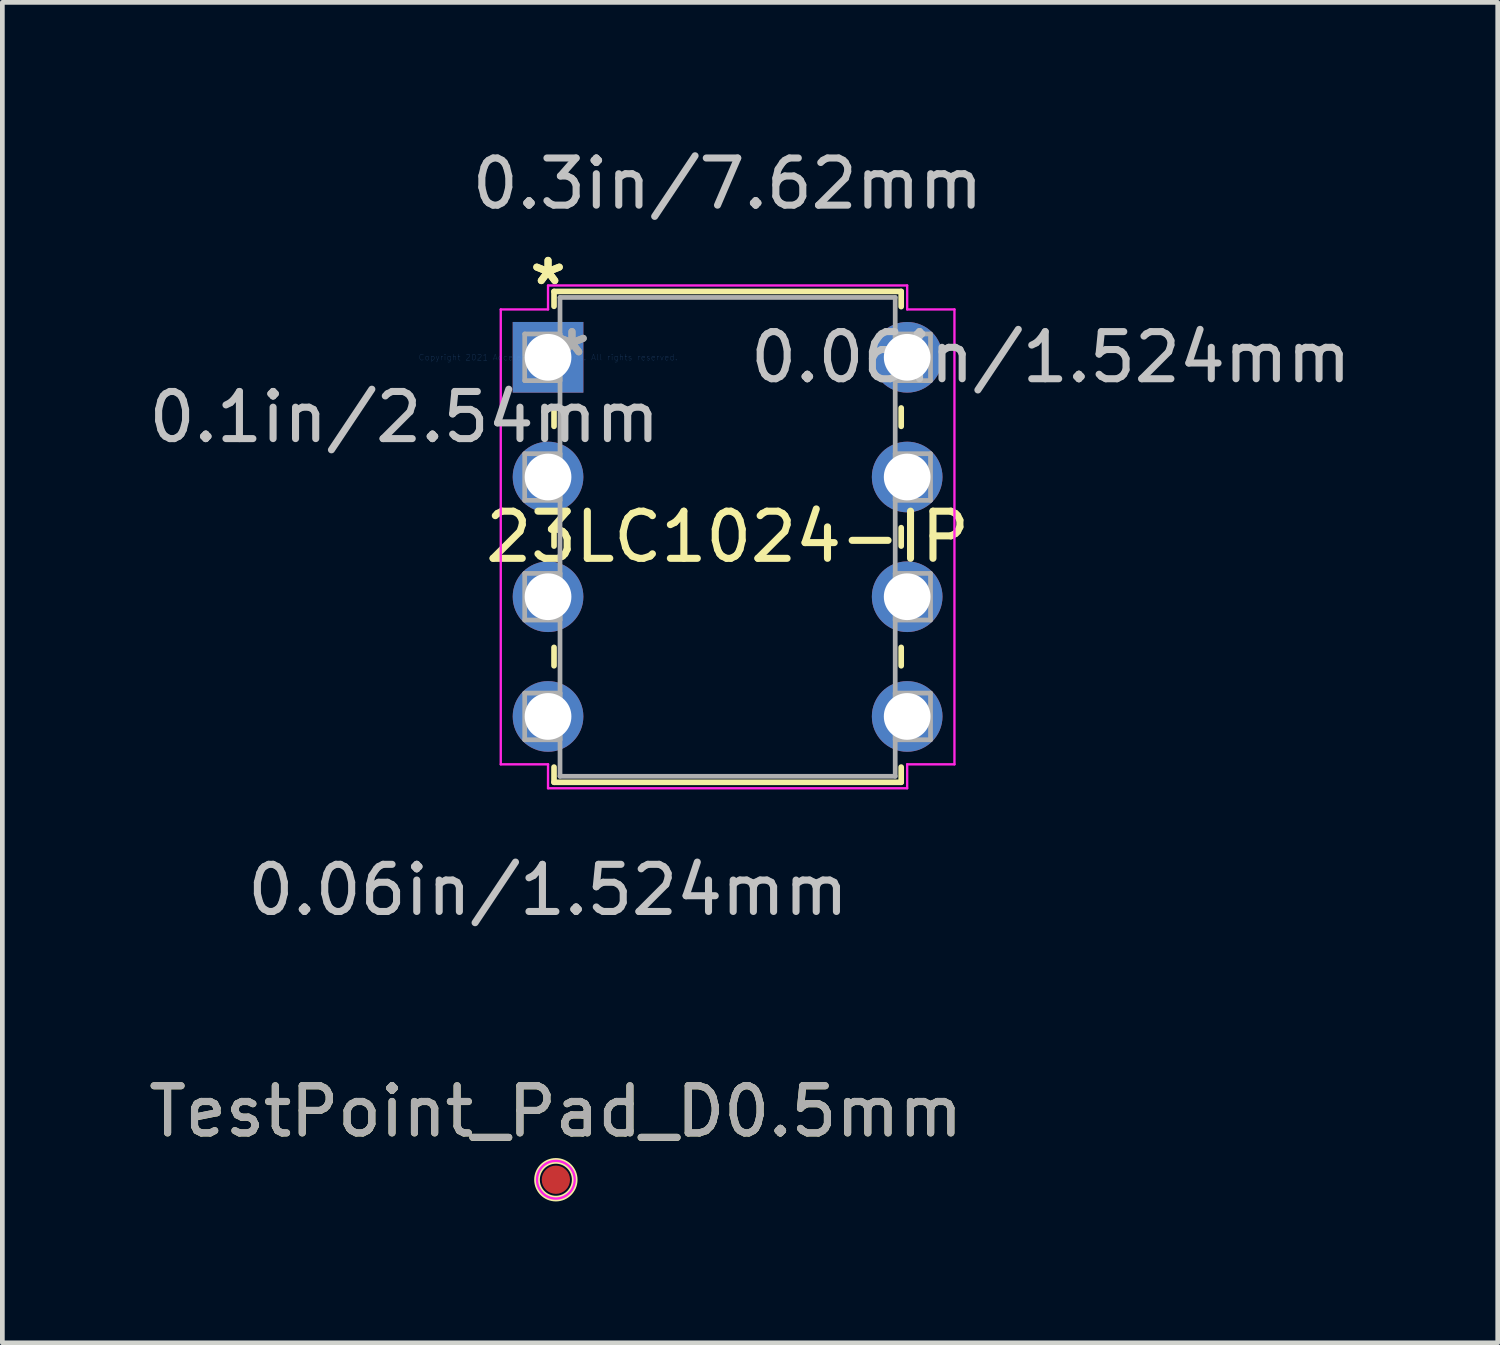
<source format=kicad_pcb>
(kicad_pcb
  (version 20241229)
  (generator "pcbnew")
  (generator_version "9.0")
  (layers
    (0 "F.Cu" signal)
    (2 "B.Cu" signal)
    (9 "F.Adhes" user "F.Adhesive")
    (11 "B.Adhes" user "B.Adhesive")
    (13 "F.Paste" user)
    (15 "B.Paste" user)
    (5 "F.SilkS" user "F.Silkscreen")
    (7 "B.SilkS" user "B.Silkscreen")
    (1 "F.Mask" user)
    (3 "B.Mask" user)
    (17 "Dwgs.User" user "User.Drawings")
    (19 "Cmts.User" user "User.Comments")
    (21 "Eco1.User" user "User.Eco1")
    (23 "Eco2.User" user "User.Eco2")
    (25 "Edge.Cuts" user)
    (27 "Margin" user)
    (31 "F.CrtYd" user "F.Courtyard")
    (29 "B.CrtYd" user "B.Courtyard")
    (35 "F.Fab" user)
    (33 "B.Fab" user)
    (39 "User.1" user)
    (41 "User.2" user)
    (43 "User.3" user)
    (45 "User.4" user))
  (footprint "23LC1024-IP"
    (layer "F.Cu")
    (at 8.578 4.531)
    (property "Reference" "23LC1024-IP" (at 3.81 3.81 0) (layer "F.SilkS") (effects (font (size 1 1) (thickness 0.15))))
    (attr through_hole)
    (fp_line (start 0.127 -1.397) (end 0.127 -1.082) (stroke (width 0.12) (type solid)) (layer "F.SilkS"))
    (fp_line (start 0.127 1.082) (end 0.127 1.465) (stroke (width 0.12) (type solid)) (layer "F.SilkS"))
    (fp_line (start 0.127 3.615) (end 0.127 4.005) (stroke (width 0.12) (type solid)) (layer "F.SilkS"))
    (fp_line (start 0.127 6.155) (end 0.127 6.545) (stroke (width 0.12) (type solid)) (layer "F.SilkS"))
    (fp_line (start 0.127 8.695) (end 0.127 9.017) (stroke (width 0.12) (type solid)) (layer "F.SilkS"))
    (fp_line (start 0.127 9.017) (end 7.493 9.017) (stroke (width 0.12) (type solid)) (layer "F.SilkS"))
    (fp_line (start 7.493 -1.397) (end 0.127 -1.397) (stroke (width 0.12) (type solid)) (layer "F.SilkS"))
    (fp_line (start 7.493 -1.075) (end 7.493 -1.397) (stroke (width 0.12) (type solid)) (layer "F.SilkS"))
    (fp_line (start 7.493 1.465) (end 7.493 1.075) (stroke (width 0.12) (type solid)) (layer "F.SilkS"))
    (fp_line (start 7.493 4.005) (end 7.493 3.615) (stroke (width 0.12) (type solid)) (layer "F.SilkS"))
    (fp_line (start 7.493 6.545) (end 7.493 6.155) (stroke (width 0.12) (type solid)) (layer "F.SilkS"))
    (fp_line (start 7.493 9.017) (end 7.493 8.695) (stroke (width 0.12) (type solid)) (layer "F.SilkS"))
    (fp_line (start -1.003 -1.016) (end -1.003 8.636) (stroke (width 0.05) (type solid)) (layer "F.CrtYd"))
    (fp_line (start -1.003 8.636) (end 0 8.636) (stroke (width 0.05) (type solid)) (layer "F.CrtYd"))
    (fp_line (start 0 -1.524) (end 0 -1.016) (stroke (width 0.05) (type solid)) (layer "F.CrtYd"))
    (fp_line (start 0 -1.016) (end -1.003 -1.016) (stroke (width 0.05) (type solid)) (layer "F.CrtYd"))
    (fp_line (start 0 8.636) (end 0 9.144) (stroke (width 0.05) (type solid)) (layer "F.CrtYd"))
    (fp_line (start 0 9.144) (end 7.62 9.144) (stroke (width 0.05) (type solid)) (layer "F.CrtYd"))
    (fp_line (start 7.62 -1.524) (end 0 -1.524) (stroke (width 0.05) (type solid)) (layer "F.CrtYd"))
    (fp_line (start 7.62 -1.016) (end 7.62 -1.524) (stroke (width 0.05) (type solid)) (layer "F.CrtYd"))
    (fp_line (start 7.62 8.636) (end 8.623 8.636) (stroke (width 0.05) (type solid)) (layer "F.CrtYd"))
    (fp_line (start 7.62 9.144) (end 7.62 8.636) (stroke (width 0.05) (type solid)) (layer "F.CrtYd"))
    (fp_line (start 8.623 -1.016) (end 7.62 -1.016) (stroke (width 0.05) (type solid)) (layer "F.CrtYd"))
    (fp_line (start 8.623 8.636) (end 8.623 -1.016) (stroke (width 0.05) (type solid)) (layer "F.CrtYd"))
    (fp_line (start -0.495 -0.495) (end -0.495 0.495) (stroke (width 0.1) (type solid)) (layer "F.Fab"))
    (fp_line (start -0.495 0.495) (end 0.254 0.495) (stroke (width 0.1) (type solid)) (layer "F.Fab"))
    (fp_line (start -0.495 2.045) (end -0.495 3.035) (stroke (width 0.1) (type solid)) (layer "F.Fab"))
    (fp_line (start -0.495 3.035) (end 0.254 3.035) (stroke (width 0.1) (type solid)) (layer "F.Fab"))
    (fp_line (start -0.495 4.585) (end -0.495 5.575) (stroke (width 0.1) (type solid)) (layer "F.Fab"))
    (fp_line (start -0.495 5.575) (end 0.254 5.575) (stroke (width 0.1) (type solid)) (layer "F.Fab"))
    (fp_line (start -0.495 7.125) (end -0.495 8.115) (stroke (width 0.1) (type solid)) (layer "F.Fab"))
    (fp_line (start -0.495 8.115) (end 0.254 8.115) (stroke (width 0.1) (type solid)) (layer "F.Fab"))
    (fp_line (start 0.254 -1.27) (end 0.254 8.89) (stroke (width 0.1) (type solid)) (layer "F.Fab"))
    (fp_line (start 0.254 -0.495) (end -0.495 -0.495) (stroke (width 0.1) (type solid)) (layer "F.Fab"))
    (fp_line (start 0.254 0.495) (end 0.254 -0.495) (stroke (width 0.1) (type solid)) (layer "F.Fab"))
    (fp_line (start 0.254 2.045) (end -0.495 2.045) (stroke (width 0.1) (type solid)) (layer "F.Fab"))
    (fp_line (start 0.254 3.035) (end 0.254 2.045) (stroke (width 0.1) (type solid)) (layer "F.Fab"))
    (fp_line (start 0.254 4.585) (end -0.495 4.585) (stroke (width 0.1) (type solid)) (layer "F.Fab"))
    (fp_line (start 0.254 5.575) (end 0.254 4.585) (stroke (width 0.1) (type solid)) (layer "F.Fab"))
    (fp_line (start 0.254 7.125) (end -0.495 7.125) (stroke (width 0.1) (type solid)) (layer "F.Fab"))
    (fp_line (start 0.254 8.115) (end 0.254 7.125) (stroke (width 0.1) (type solid)) (layer "F.Fab"))
    (fp_line (start 0.254 8.89) (end 7.366 8.89) (stroke (width 0.1) (type solid)) (layer "F.Fab"))
    (fp_line (start 7.366 -1.27) (end 0.254 -1.27) (stroke (width 0.1) (type solid)) (layer "F.Fab"))
    (fp_line (start 7.366 -0.495) (end 7.366 0.495) (stroke (width 0.1) (type solid)) (layer "F.Fab"))
    (fp_line (start 7.366 0.495) (end 8.115 0.495) (stroke (width 0.1) (type solid)) (layer "F.Fab"))
    (fp_line (start 7.366 2.045) (end 7.366 3.035) (stroke (width 0.1) (type solid)) (layer "F.Fab"))
    (fp_line (start 7.366 3.035) (end 8.115 3.035) (stroke (width 0.1) (type solid)) (layer "F.Fab"))
    (fp_line (start 7.366 4.585) (end 7.366 5.575) (stroke (width 0.1) (type solid)) (layer "F.Fab"))
    (fp_line (start 7.366 5.575) (end 8.115 5.575) (stroke (width 0.1) (type solid)) (layer "F.Fab"))
    (fp_line (start 7.366 7.125) (end 7.366 8.115) (stroke (width 0.1) (type solid)) (layer "F.Fab"))
    (fp_line (start 7.366 8.115) (end 8.115 8.115) (stroke (width 0.1) (type solid)) (layer "F.Fab"))
    (fp_line (start 7.366 8.89) (end 7.366 -1.27) (stroke (width 0.1) (type solid)) (layer "F.Fab"))
    (fp_line (start 8.115 -0.495) (end 7.366 -0.495) (stroke (width 0.1) (type solid)) (layer "F.Fab"))
    (fp_line (start 8.115 0.495) (end 8.115 -0.495) (stroke (width 0.1) (type solid)) (layer "F.Fab"))
    (fp_line (start 8.115 2.045) (end 7.366 2.045) (stroke (width 0.1) (type solid)) (layer "F.Fab"))
    (fp_line (start 8.115 3.035) (end 8.115 2.045) (stroke (width 0.1) (type solid)) (layer "F.Fab"))
    (fp_line (start 8.115 4.585) (end 7.366 4.585) (stroke (width 0.1) (type solid)) (layer "F.Fab"))
    (fp_line (start 8.115 5.575) (end 8.115 4.585) (stroke (width 0.1) (type solid)) (layer "F.Fab"))
    (fp_line (start 8.115 7.125) (end 7.366 7.125) (stroke (width 0.1) (type solid)) (layer "F.Fab"))
    (fp_line (start 8.115 8.115) (end 8.115 7.125) (stroke (width 0.1) (type solid)) (layer "F.Fab"))
    (fp_text user "*" (at 0 -1.511 0) (layer "F.SilkS") (effects (font (size 1 1) (thickness 0.15))))
    (fp_text user "*" (at 0 -1.511 0) (layer "F.SilkS") (effects (font (size 1 1) (thickness 0.15))))
    (fp_text user "0.1in/2.54mm" (at -3.048 1.27 0) (layer "Dwgs.User") (effects (font (size 1 1) (thickness 0.15))))
    (fp_text user "0.06in/1.524mm" (at 0 11.303 0) (layer "Dwgs.User") (effects (font (size 1 1) (thickness 0.15))))
    (fp_text user "0.06in/1.524mm" (at 10.668 0 0) (layer "Dwgs.User") (effects (font (size 1 1) (thickness 0.15))))
    (fp_text user "0.3in/7.62mm" (at 3.81 -3.683 0) (layer "Dwgs.User") (effects (font (size 1 1) (thickness 0.15))))
    (fp_text user "Copyright 2021 Accelerated Designs. All rights reserved." (at 0 0 0) (layer "Cmts.User") (effects (font (size 0.127 0.127) (thickness 0.002))))
    (fp_text user "*" (at 0.508 0 0) (layer "F.Fab") (effects (font (size 1 1) (thickness 0.15))))
    (fp_text user "*" (at 0.508 0 0) (layer "F.Fab") (effects (font (size 1 1) (thickness 0.15))))
    (pad "1" thru_hole rect (at 0 0) (size 1.499 1.499) (drill 0.991) (layers "*.Cu" "*.Mask"))
    (pad "2" thru_hole circle (at 0 2.54) (size 1.499 1.499) (drill 0.991) (layers "*.Cu" "*.Mask"))
    (pad "3" thru_hole circle (at 0 5.08) (size 1.499 1.499) (drill 0.991) (layers "*.Cu" "*.Mask"))
    (pad "4" thru_hole circle (at 0 7.62) (size 1.499 1.499) (drill 0.991) (layers "*.Cu" "*.Mask"))
    (pad "5" thru_hole circle (at 7.62 7.62) (size 1.499 1.499) (drill 0.991) (layers "*.Cu" "*.Mask"))
    (pad "6" thru_hole circle (at 7.62 5.08) (size 1.499 1.499) (drill 0.991) (layers "*.Cu" "*.Mask"))
    (pad "7" thru_hole circle (at 7.62 2.54) (size 1.499 1.499) (drill 0.991) (layers "*.Cu" "*.Mask"))
    (pad "8" thru_hole circle (at 7.62 0) (size 1.499 1.499) (drill 0.991) (layers "*.Cu" "*.Mask")))
  (footprint "TestPoint_Pad_D0.5mm"
    (layer "F.Cu")
    (at 8.744 21.981)
    (property "Reference" "TestPoint_Pad_D0.5mm" (at 0 -1.448 0) (layer "F.SilkS") (effects (font (size 1 1) (thickness 0.15))))
    (attr exclude_from_pos_files exclude_from_bom)
    (fp_circle (center 0 0) (end 0.4 0) (stroke (width 0.12) (type solid)) (fill no) (layer "F.SilkS"))
    (fp_circle (center 0 0) (end 0.4 0) (stroke (width 0.05) (type solid)) (fill no) (layer "F.CrtYd"))
    (fp_text user "${REFERENCE}" (at 0 -1.45 0) (layer "F.Fab") (effects (font (size 1 1) (thickness 0.15))))
    (pad "1" smd circle (at 0 0) (size 0.6 0.6) (layers "F.Cu" "F.Mask")))
  (gr_rect
    (start -3 -3)
    (end 28.728 25.441)
    (stroke (width 0.1) (type default))
    (fill no)
    (layer "Edge.Cuts")))
</source>
